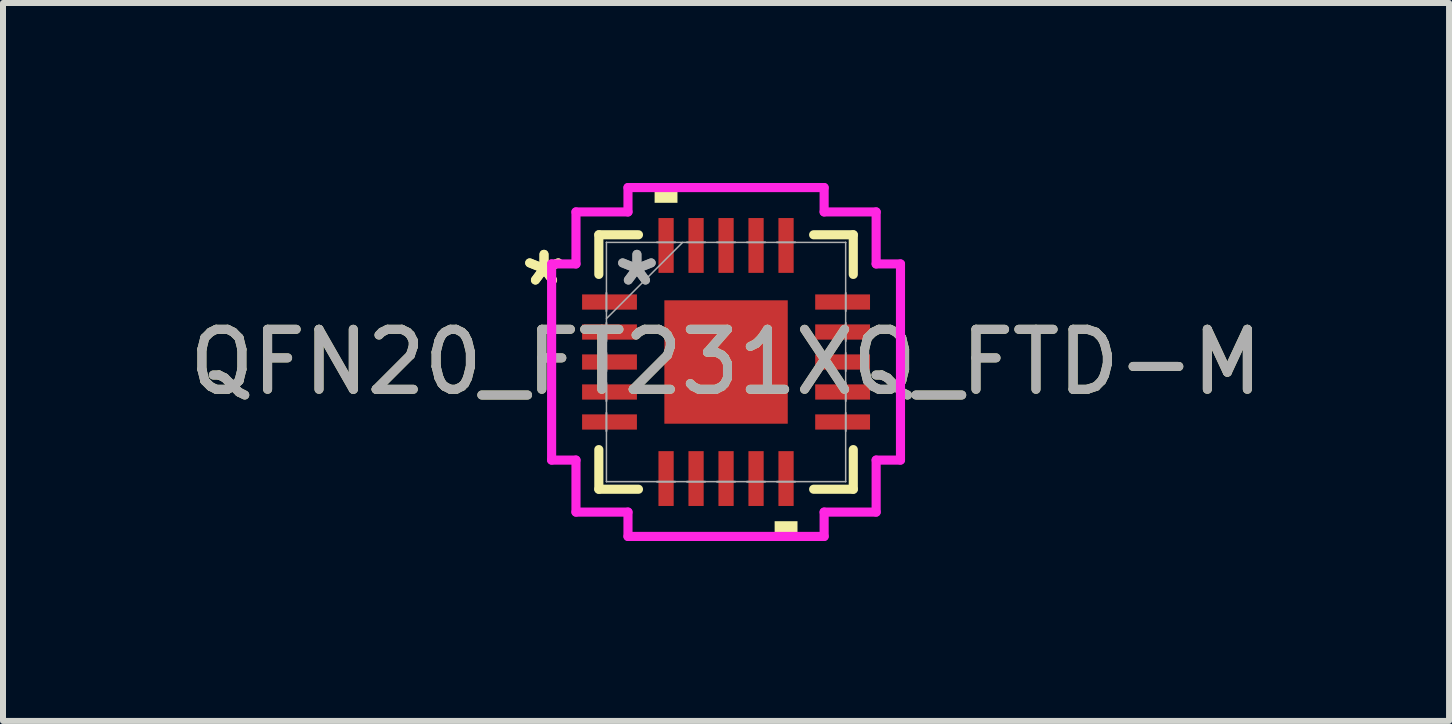
<source format=kicad_pcb>
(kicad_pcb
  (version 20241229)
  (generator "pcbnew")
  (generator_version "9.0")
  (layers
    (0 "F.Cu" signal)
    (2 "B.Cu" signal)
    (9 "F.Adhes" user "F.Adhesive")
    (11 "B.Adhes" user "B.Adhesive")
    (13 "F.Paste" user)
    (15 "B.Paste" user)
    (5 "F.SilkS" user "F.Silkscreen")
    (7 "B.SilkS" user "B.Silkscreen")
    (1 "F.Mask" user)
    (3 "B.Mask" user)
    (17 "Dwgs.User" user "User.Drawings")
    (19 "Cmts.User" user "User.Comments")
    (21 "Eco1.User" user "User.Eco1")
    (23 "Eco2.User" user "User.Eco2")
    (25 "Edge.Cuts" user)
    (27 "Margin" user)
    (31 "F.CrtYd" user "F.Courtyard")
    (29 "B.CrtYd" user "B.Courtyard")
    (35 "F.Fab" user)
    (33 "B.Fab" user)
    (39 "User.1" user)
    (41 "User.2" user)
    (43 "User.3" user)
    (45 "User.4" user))
  (footprint "QFN20_FT231XQ_FTD-M"
    (layer "F.Cu")
    (at 9.054 2.985)
    (property "Reference" "QFN20_FT231XQ_FTD-M" (at 0 0 0) (unlocked yes) (layer "F.SilkS") (effects (font (size 1 1) (thickness 0.15))))
    (attr smd)
    (fp_line (start -2.121 -2.121) (end -2.121 -1.46) (stroke (width 0.152) (type solid)) (layer "F.SilkS"))
    (fp_line (start -2.121 1.46) (end -2.121 2.121) (stroke (width 0.152) (type solid)) (layer "F.SilkS"))
    (fp_line (start -2.121 2.121) (end -1.46 2.121) (stroke (width 0.152) (type solid)) (layer "F.SilkS"))
    (fp_line (start -1.46 -2.121) (end -2.121 -2.121) (stroke (width 0.152) (type solid)) (layer "F.SilkS"))
    (fp_line (start 1.46 2.121) (end 2.121 2.121) (stroke (width 0.152) (type solid)) (layer "F.SilkS"))
    (fp_line (start 2.121 -2.121) (end 1.46 -2.121) (stroke (width 0.152) (type solid)) (layer "F.SilkS"))
    (fp_line (start 2.121 -1.46) (end 2.121 -2.121) (stroke (width 0.152) (type solid)) (layer "F.SilkS"))
    (fp_line (start 2.121 2.121) (end 2.121 1.46) (stroke (width 0.152) (type solid)) (layer "F.SilkS"))
    (fp_poly (pts (xy -1.191 -2.654) (xy -1.191 -2.908) (xy -0.81 -2.908) (xy -0.81 -2.654)) (stroke (width 0) (type solid)) (fill yes) (layer "F.SilkS"))
    (fp_poly (pts (xy 0.81 2.654) (xy 0.81 2.908) (xy 1.191 2.908) (xy 1.191 2.654)) (stroke (width 0) (type solid)) (fill yes) (layer "F.SilkS"))
    (fp_line (start -2.908 -1.635) (end -2.502 -1.635) (stroke (width 0.152) (type solid)) (layer "F.CrtYd"))
    (fp_line (start -2.908 1.635) (end -2.908 -1.635) (stroke (width 0.152) (type solid)) (layer "F.CrtYd"))
    (fp_line (start -2.502 -2.502) (end -1.635 -2.502) (stroke (width 0.152) (type solid)) (layer "F.CrtYd"))
    (fp_line (start -2.502 -1.635) (end -2.502 -2.502) (stroke (width 0.152) (type solid)) (layer "F.CrtYd"))
    (fp_line (start -2.502 1.635) (end -2.908 1.635) (stroke (width 0.152) (type solid)) (layer "F.CrtYd"))
    (fp_line (start -2.502 2.502) (end -2.502 1.635) (stroke (width 0.152) (type solid)) (layer "F.CrtYd"))
    (fp_line (start -1.635 -2.908) (end 1.635 -2.908) (stroke (width 0.152) (type solid)) (layer "F.CrtYd"))
    (fp_line (start -1.635 -2.502) (end -1.635 -2.908) (stroke (width 0.152) (type solid)) (layer "F.CrtYd"))
    (fp_line (start -1.635 2.502) (end -2.502 2.502) (stroke (width 0.152) (type solid)) (layer "F.CrtYd"))
    (fp_line (start -1.635 2.908) (end -1.635 2.502) (stroke (width 0.152) (type solid)) (layer "F.CrtYd"))
    (fp_line (start 1.635 -2.908) (end 1.635 -2.502) (stroke (width 0.152) (type solid)) (layer "F.CrtYd"))
    (fp_line (start 1.635 -2.502) (end 2.502 -2.502) (stroke (width 0.152) (type solid)) (layer "F.CrtYd"))
    (fp_line (start 1.635 2.502) (end 1.635 2.908) (stroke (width 0.152) (type solid)) (layer "F.CrtYd"))
    (fp_line (start 1.635 2.908) (end -1.635 2.908) (stroke (width 0.152) (type solid)) (layer "F.CrtYd"))
    (fp_line (start 2.502 -2.502) (end 2.502 -1.635) (stroke (width 0.152) (type solid)) (layer "F.CrtYd"))
    (fp_line (start 2.502 -1.635) (end 2.908 -1.635) (stroke (width 0.152) (type solid)) (layer "F.CrtYd"))
    (fp_line (start 2.502 1.635) (end 2.502 2.502) (stroke (width 0.152) (type solid)) (layer "F.CrtYd"))
    (fp_line (start 2.502 2.502) (end 1.635 2.502) (stroke (width 0.152) (type solid)) (layer "F.CrtYd"))
    (fp_line (start 2.908 -1.635) (end 2.908 1.635) (stroke (width 0.152) (type solid)) (layer "F.CrtYd"))
    (fp_line (start 2.908 1.635) (end 2.502 1.635) (stroke (width 0.152) (type solid)) (layer "F.CrtYd"))
    (fp_line (start -1.994 -1.994) (end -1.994 -1.994) (stroke (width 0.025) (type solid)) (layer "F.Fab"))
    (fp_line (start -1.994 -1.994) (end -1.994 1.994) (stroke (width 0.025) (type solid)) (layer "F.Fab"))
    (fp_line (start -1.994 -1.152) (end -1.994 -1.152) (stroke (width 0.025) (type solid)) (layer "F.Fab"))
    (fp_line (start -1.994 -1.152) (end -1.994 -0.848) (stroke (width 0.025) (type solid)) (layer "F.Fab"))
    (fp_line (start -1.994 -0.848) (end -1.994 -1.152) (stroke (width 0.025) (type solid)) (layer "F.Fab"))
    (fp_line (start -1.994 -0.848) (end -1.994 -0.848) (stroke (width 0.025) (type solid)) (layer "F.Fab"))
    (fp_line (start -1.994 -0.724) (end -0.724 -1.994) (stroke (width 0.025) (type solid)) (layer "F.Fab"))
    (fp_line (start -1.994 -0.652) (end -1.994 -0.652) (stroke (width 0.025) (type solid)) (layer "F.Fab"))
    (fp_line (start -1.994 -0.652) (end -1.994 -0.348) (stroke (width 0.025) (type solid)) (layer "F.Fab"))
    (fp_line (start -1.994 -0.348) (end -1.994 -0.652) (stroke (width 0.025) (type solid)) (layer "F.Fab"))
    (fp_line (start -1.994 -0.348) (end -1.994 -0.348) (stroke (width 0.025) (type solid)) (layer "F.Fab"))
    (fp_line (start -1.994 -0.152) (end -1.994 -0.152) (stroke (width 0.025) (type solid)) (layer "F.Fab"))
    (fp_line (start -1.994 -0.152) (end -1.994 0.152) (stroke (width 0.025) (type solid)) (layer "F.Fab"))
    (fp_line (start -1.994 0.152) (end -1.994 -0.152) (stroke (width 0.025) (type solid)) (layer "F.Fab"))
    (fp_line (start -1.994 0.152) (end -1.994 0.152) (stroke (width 0.025) (type solid)) (layer "F.Fab"))
    (fp_line (start -1.994 0.348) (end -1.994 0.348) (stroke (width 0.025) (type solid)) (layer "F.Fab"))
    (fp_line (start -1.994 0.348) (end -1.994 0.652) (stroke (width 0.025) (type solid)) (layer "F.Fab"))
    (fp_line (start -1.994 0.652) (end -1.994 0.348) (stroke (width 0.025) (type solid)) (layer "F.Fab"))
    (fp_line (start -1.994 0.652) (end -1.994 0.652) (stroke (width 0.025) (type solid)) (layer "F.Fab"))
    (fp_line (start -1.994 0.848) (end -1.994 0.848) (stroke (width 0.025) (type solid)) (layer "F.Fab"))
    (fp_line (start -1.994 0.848) (end -1.994 1.152) (stroke (width 0.025) (type solid)) (layer "F.Fab"))
    (fp_line (start -1.994 1.152) (end -1.994 0.848) (stroke (width 0.025) (type solid)) (layer "F.Fab"))
    (fp_line (start -1.994 1.152) (end -1.994 1.152) (stroke (width 0.025) (type solid)) (layer "F.Fab"))
    (fp_line (start -1.994 1.994) (end -1.994 1.994) (stroke (width 0.025) (type solid)) (layer "F.Fab"))
    (fp_line (start -1.994 1.994) (end 1.994 1.994) (stroke (width 0.025) (type solid)) (layer "F.Fab"))
    (fp_line (start -1.152 -1.994) (end -1.152 -1.994) (stroke (width 0.025) (type solid)) (layer "F.Fab"))
    (fp_line (start -1.152 -1.994) (end -0.848 -1.994) (stroke (width 0.025) (type solid)) (layer "F.Fab"))
    (fp_line (start -1.152 1.994) (end -1.152 1.994) (stroke (width 0.025) (type solid)) (layer "F.Fab"))
    (fp_line (start -1.152 1.994) (end -0.848 1.994) (stroke (width 0.025) (type solid)) (layer "F.Fab"))
    (fp_line (start -0.848 -1.994) (end -1.152 -1.994) (stroke (width 0.025) (type solid)) (layer "F.Fab"))
    (fp_line (start -0.848 -1.994) (end -0.848 -1.994) (stroke (width 0.025) (type solid)) (layer "F.Fab"))
    (fp_line (start -0.848 1.994) (end -1.152 1.994) (stroke (width 0.025) (type solid)) (layer "F.Fab"))
    (fp_line (start -0.848 1.994) (end -0.848 1.994) (stroke (width 0.025) (type solid)) (layer "F.Fab"))
    (fp_line (start -0.652 -1.994) (end -0.652 -1.994) (stroke (width 0.025) (type solid)) (layer "F.Fab"))
    (fp_line (start -0.652 -1.994) (end -0.348 -1.994) (stroke (width 0.025) (type solid)) (layer "F.Fab"))
    (fp_line (start -0.652 1.994) (end -0.652 1.994) (stroke (width 0.025) (type solid)) (layer "F.Fab"))
    (fp_line (start -0.652 1.994) (end -0.348 1.994) (stroke (width 0.025) (type solid)) (layer "F.Fab"))
    (fp_line (start -0.348 -1.994) (end -0.652 -1.994) (stroke (width 0.025) (type solid)) (layer "F.Fab"))
    (fp_line (start -0.348 -1.994) (end -0.348 -1.994) (stroke (width 0.025) (type solid)) (layer "F.Fab"))
    (fp_line (start -0.348 1.994) (end -0.652 1.994) (stroke (width 0.025) (type solid)) (layer "F.Fab"))
    (fp_line (start -0.348 1.994) (end -0.348 1.994) (stroke (width 0.025) (type solid)) (layer "F.Fab"))
    (fp_line (start -0.152 -1.994) (end -0.152 -1.994) (stroke (width 0.025) (type solid)) (layer "F.Fab"))
    (fp_line (start -0.152 -1.994) (end 0.152 -1.994) (stroke (width 0.025) (type solid)) (layer "F.Fab"))
    (fp_line (start -0.152 1.994) (end -0.152 1.994) (stroke (width 0.025) (type solid)) (layer "F.Fab"))
    (fp_line (start -0.152 1.994) (end 0.152 1.994) (stroke (width 0.025) (type solid)) (layer "F.Fab"))
    (fp_line (start 0.152 -1.994) (end -0.152 -1.994) (stroke (width 0.025) (type solid)) (layer "F.Fab"))
    (fp_line (start 0.152 -1.994) (end 0.152 -1.994) (stroke (width 0.025) (type solid)) (layer "F.Fab"))
    (fp_line (start 0.152 1.994) (end -0.152 1.994) (stroke (width 0.025) (type solid)) (layer "F.Fab"))
    (fp_line (start 0.152 1.994) (end 0.152 1.994) (stroke (width 0.025) (type solid)) (layer "F.Fab"))
    (fp_line (start 0.348 -1.994) (end 0.348 -1.994) (stroke (width 0.025) (type solid)) (layer "F.Fab"))
    (fp_line (start 0.348 -1.994) (end 0.652 -1.994) (stroke (width 0.025) (type solid)) (layer "F.Fab"))
    (fp_line (start 0.348 1.994) (end 0.348 1.994) (stroke (width 0.025) (type solid)) (layer "F.Fab"))
    (fp_line (start 0.348 1.994) (end 0.652 1.994) (stroke (width 0.025) (type solid)) (layer "F.Fab"))
    (fp_line (start 0.652 -1.994) (end 0.348 -1.994) (stroke (width 0.025) (type solid)) (layer "F.Fab"))
    (fp_line (start 0.652 -1.994) (end 0.652 -1.994) (stroke (width 0.025) (type solid)) (layer "F.Fab"))
    (fp_line (start 0.652 1.994) (end 0.348 1.994) (stroke (width 0.025) (type solid)) (layer "F.Fab"))
    (fp_line (start 0.652 1.994) (end 0.652 1.994) (stroke (width 0.025) (type solid)) (layer "F.Fab"))
    (fp_line (start 0.848 -1.994) (end 0.848 -1.994) (stroke (width 0.025) (type solid)) (layer "F.Fab"))
    (fp_line (start 0.848 -1.994) (end 1.152 -1.994) (stroke (width 0.025) (type solid)) (layer "F.Fab"))
    (fp_line (start 0.848 1.994) (end 0.848 1.994) (stroke (width 0.025) (type solid)) (layer "F.Fab"))
    (fp_line (start 0.848 1.994) (end 1.152 1.994) (stroke (width 0.025) (type solid)) (layer "F.Fab"))
    (fp_line (start 1.152 -1.994) (end 0.848 -1.994) (stroke (width 0.025) (type solid)) (layer "F.Fab"))
    (fp_line (start 1.152 -1.994) (end 1.152 -1.994) (stroke (width 0.025) (type solid)) (layer "F.Fab"))
    (fp_line (start 1.152 1.994) (end 0.848 1.994) (stroke (width 0.025) (type solid)) (layer "F.Fab"))
    (fp_line (start 1.152 1.994) (end 1.152 1.994) (stroke (width 0.025) (type solid)) (layer "F.Fab"))
    (fp_line (start 1.994 -1.994) (end -1.994 -1.994) (stroke (width 0.025) (type solid)) (layer "F.Fab"))
    (fp_line (start 1.994 -1.994) (end 1.994 -1.994) (stroke (width 0.025) (type solid)) (layer "F.Fab"))
    (fp_line (start 1.994 -1.152) (end 1.994 -1.152) (stroke (width 0.025) (type solid)) (layer "F.Fab"))
    (fp_line (start 1.994 -1.152) (end 1.994 -0.848) (stroke (width 0.025) (type solid)) (layer "F.Fab"))
    (fp_line (start 1.994 -0.848) (end 1.994 -1.152) (stroke (width 0.025) (type solid)) (layer "F.Fab"))
    (fp_line (start 1.994 -0.848) (end 1.994 -0.848) (stroke (width 0.025) (type solid)) (layer "F.Fab"))
    (fp_line (start 1.994 -0.652) (end 1.994 -0.652) (stroke (width 0.025) (type solid)) (layer "F.Fab"))
    (fp_line (start 1.994 -0.652) (end 1.994 -0.348) (stroke (width 0.025) (type solid)) (layer "F.Fab"))
    (fp_line (start 1.994 -0.348) (end 1.994 -0.652) (stroke (width 0.025) (type solid)) (layer "F.Fab"))
    (fp_line (start 1.994 -0.348) (end 1.994 -0.348) (stroke (width 0.025) (type solid)) (layer "F.Fab"))
    (fp_line (start 1.994 -0.152) (end 1.994 -0.152) (stroke (width 0.025) (type solid)) (layer "F.Fab"))
    (fp_line (start 1.994 -0.152) (end 1.994 0.152) (stroke (width 0.025) (type solid)) (layer "F.Fab"))
    (fp_line (start 1.994 0.152) (end 1.994 -0.152) (stroke (width 0.025) (type solid)) (layer "F.Fab"))
    (fp_line (start 1.994 0.152) (end 1.994 0.152) (stroke (width 0.025) (type solid)) (layer "F.Fab"))
    (fp_line (start 1.994 0.348) (end 1.994 0.348) (stroke (width 0.025) (type solid)) (layer "F.Fab"))
    (fp_line (start 1.994 0.348) (end 1.994 0.652) (stroke (width 0.025) (type solid)) (layer "F.Fab"))
    (fp_line (start 1.994 0.652) (end 1.994 0.348) (stroke (width 0.025) (type solid)) (layer "F.Fab"))
    (fp_line (start 1.994 0.652) (end 1.994 0.652) (stroke (width 0.025) (type solid)) (layer "F.Fab"))
    (fp_line (start 1.994 0.848) (end 1.994 0.848) (stroke (width 0.025) (type solid)) (layer "F.Fab"))
    (fp_line (start 1.994 0.848) (end 1.994 1.152) (stroke (width 0.025) (type solid)) (layer "F.Fab"))
    (fp_line (start 1.994 1.152) (end 1.994 0.848) (stroke (width 0.025) (type solid)) (layer "F.Fab"))
    (fp_line (start 1.994 1.152) (end 1.994 1.152) (stroke (width 0.025) (type solid)) (layer "F.Fab"))
    (fp_line (start 1.994 1.994) (end 1.994 -1.994) (stroke (width 0.025) (type solid)) (layer "F.Fab"))
    (fp_line (start 1.994 1.994) (end 1.994 1.994) (stroke (width 0.025) (type solid)) (layer "F.Fab"))
    (fp_text user "*" (at -3.035 -1.25 0) (layer "F.SilkS") (effects (font (size 1 1) (thickness 0.15))))
    (fp_text user "*" (at -3.035 -1.25 0) (unlocked yes) (layer "F.SilkS") (effects (font (size 1 1) (thickness 0.15))))
    (fp_text user "*" (at -1.486 -1.25 0) (layer "F.Fab") (effects (font (size 1 1) (thickness 0.15))))
    (fp_text user "${REFERENCE}" (at 0 0 0) (unlocked yes) (layer "F.Fab") (effects (font (size 1 1) (thickness 0.15))))
    (fp_text user "*" (at -1.486 -1.25 0) (unlocked yes) (layer "F.Fab") (effects (font (size 1 1) (thickness 0.15))))
    (pad "1" smd rect (at -1.943 -1 90) (size 0.254 0.914) (layers "F.Cu" "F.Mask" "F.Paste"))
    (pad "2" smd rect (at -1.943 -0.5 90) (size 0.254 0.914) (layers "F.Cu" "F.Mask" "F.Paste"))
    (pad "3" smd rect (at -1.943 0 90) (size 0.254 0.914) (layers "F.Cu" "F.Mask" "F.Paste"))
    (pad "4" smd rect (at -1.943 0.5 90) (size 0.254 0.914) (layers "F.Cu" "F.Mask" "F.Paste"))
    (pad "5" smd rect (at -1.943 1 90) (size 0.254 0.914) (layers "F.Cu" "F.Mask" "F.Paste"))
    (pad "6" smd rect (at -1 1.943) (size 0.254 0.914) (layers "F.Cu" "F.Mask" "F.Paste"))
    (pad "7" smd rect (at -0.5 1.943) (size 0.254 0.914) (layers "F.Cu" "F.Mask" "F.Paste"))
    (pad "8" smd rect (at 0 1.943) (size 0.254 0.914) (layers "F.Cu" "F.Mask" "F.Paste"))
    (pad "9" smd rect (at 0.5 1.943) (size 0.254 0.914) (layers "F.Cu" "F.Mask" "F.Paste"))
    (pad "10" smd rect (at 1 1.943) (size 0.254 0.914) (layers "F.Cu" "F.Mask" "F.Paste"))
    (pad "11" smd rect (at 1.943 1 90) (size 0.254 0.914) (layers "F.Cu" "F.Mask" "F.Paste"))
    (pad "12" smd rect (at 1.943 0.5 90) (size 0.254 0.914) (layers "F.Cu" "F.Mask" "F.Paste"))
    (pad "13" smd rect (at 1.943 0 90) (size 0.254 0.914) (layers "F.Cu" "F.Mask" "F.Paste"))
    (pad "14" smd rect (at 1.943 -0.5 90) (size 0.254 0.914) (layers "F.Cu" "F.Mask" "F.Paste"))
    (pad "15" smd rect (at 1.943 -1 90) (size 0.254 0.914) (layers "F.Cu" "F.Mask" "F.Paste"))
    (pad "16" smd rect (at 1 -1.943) (size 0.254 0.914) (layers "F.Cu" "F.Mask" "F.Paste"))
    (pad "17" smd rect (at 0.5 -1.943) (size 0.254 0.914) (layers "F.Cu" "F.Mask" "F.Paste"))
    (pad "18" smd rect (at 0 -1.943) (size 0.254 0.914) (layers "F.Cu" "F.Mask" "F.Paste"))
    (pad "19" smd rect (at -0.5 -1.943) (size 0.254 0.914) (layers "F.Cu" "F.Mask" "F.Paste"))
    (pad "20" smd rect (at -1 -1.943) (size 0.254 0.914) (layers "F.Cu" "F.Mask" "F.Paste"))
    (pad "21" smd rect (at 0 0) (size 2.057 2.057) (layers "F.Cu" "F.Mask" "F.Paste")))
  (gr_rect
    (start -3 -3)
    (end 21.107 8.969)
    (stroke (width 0.1) (type default))
    (fill no)
    (layer "Edge.Cuts")))
</source>
